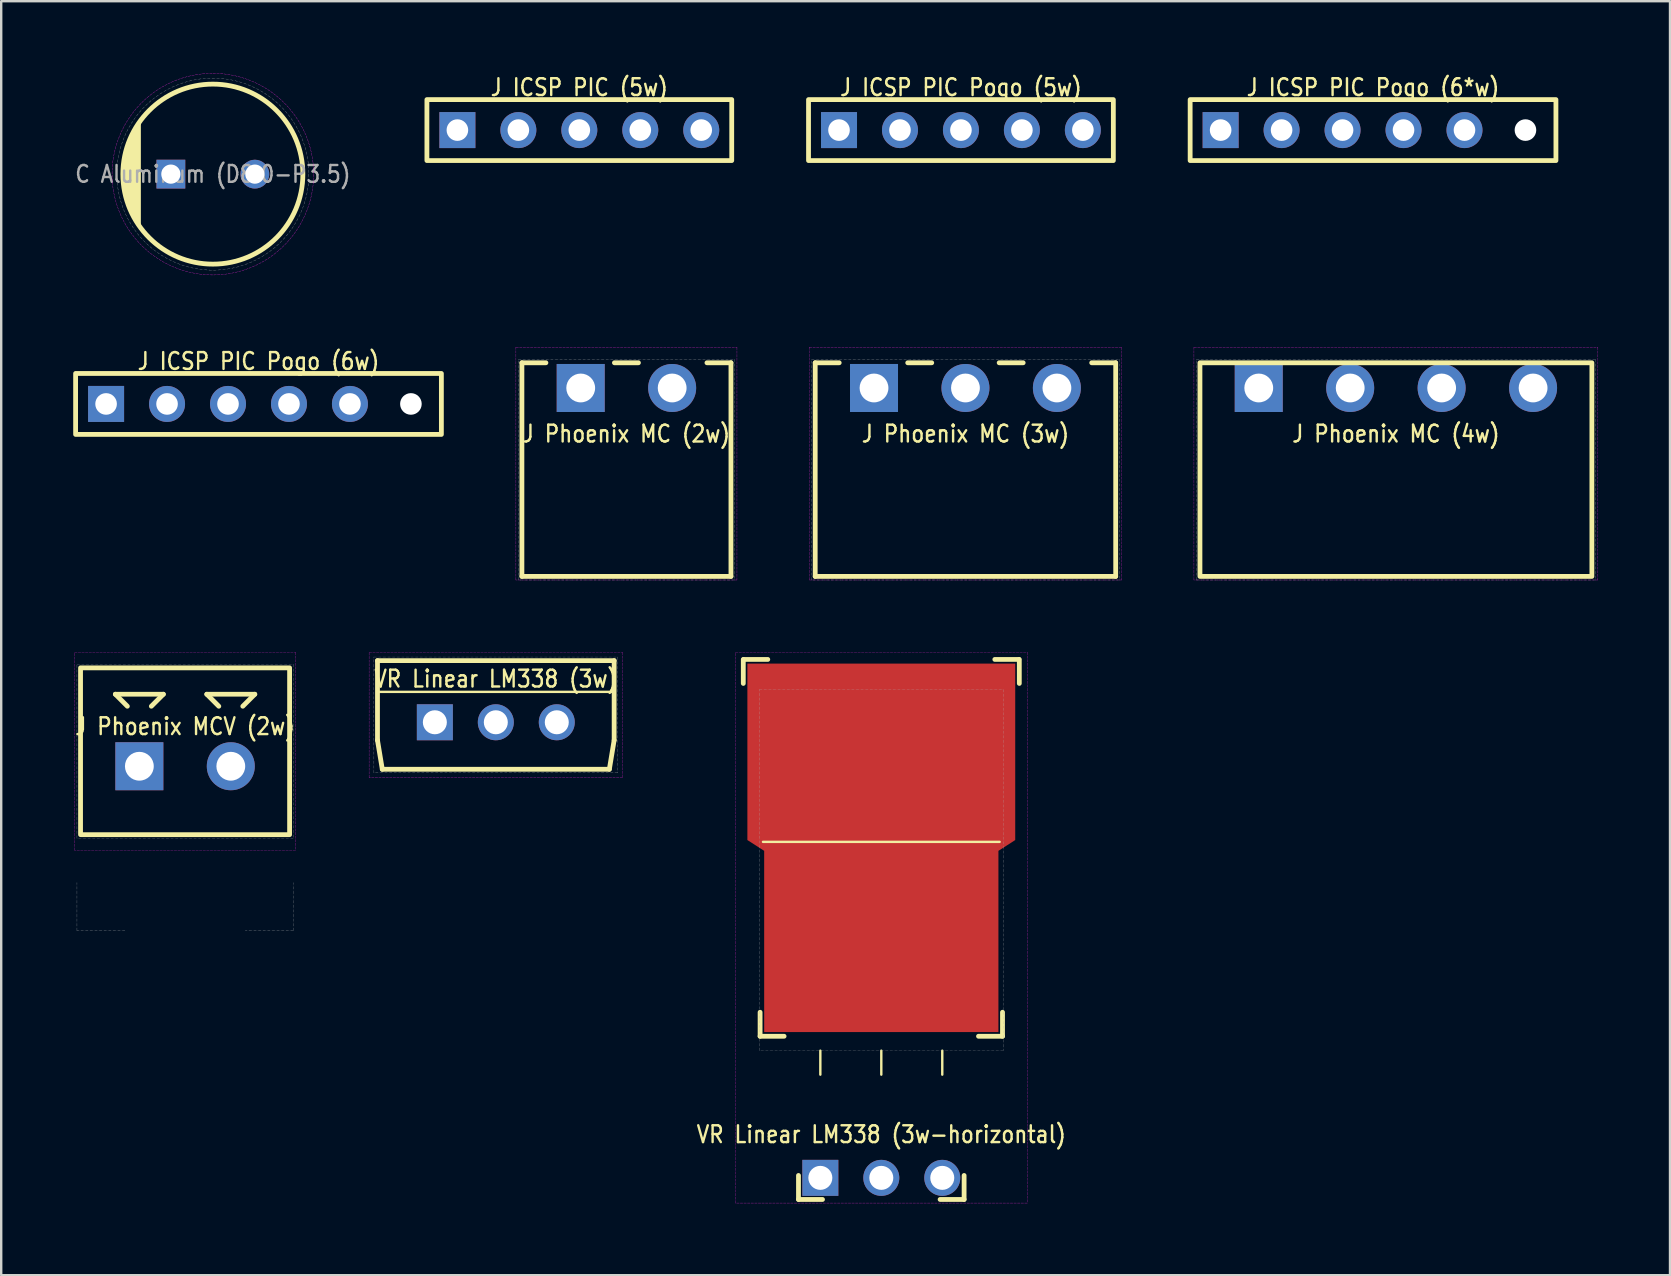
<source format=kicad_pcb>
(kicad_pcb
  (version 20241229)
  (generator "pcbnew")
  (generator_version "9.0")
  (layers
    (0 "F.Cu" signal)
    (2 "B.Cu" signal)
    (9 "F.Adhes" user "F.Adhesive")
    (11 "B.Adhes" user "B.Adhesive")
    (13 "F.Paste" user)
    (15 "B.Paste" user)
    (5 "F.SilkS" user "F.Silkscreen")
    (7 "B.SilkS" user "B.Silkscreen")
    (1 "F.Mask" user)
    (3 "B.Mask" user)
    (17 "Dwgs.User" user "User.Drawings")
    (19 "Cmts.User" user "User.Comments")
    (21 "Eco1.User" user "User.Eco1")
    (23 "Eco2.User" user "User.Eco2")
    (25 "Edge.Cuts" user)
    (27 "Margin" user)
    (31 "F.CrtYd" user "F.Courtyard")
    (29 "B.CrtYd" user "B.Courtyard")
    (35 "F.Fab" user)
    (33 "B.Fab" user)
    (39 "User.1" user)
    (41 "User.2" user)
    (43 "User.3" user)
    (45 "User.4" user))
  (footprint "VR Linear LM338 (3w)"
    (layer "F.Cu")
    (at 17.608 27.043)
    (property "Reference" "VR Linear LM338 (3w)" (at 0 -1.4 0) (unlocked yes) (layer "F.SilkS") (effects (font (size 0.7 0.6) (thickness 0.1)) (justify bottom)))
    (attr through_hole)
    (fp_line (start -4.93 -2.568) (end -4.93 0.75) (stroke (width 0.2) (type default)) (layer "F.SilkS"))
    (fp_line (start -4.93 0.75) (end -4.73 1.958) (stroke (width 0.2) (type default)) (layer "F.SilkS"))
    (fp_line (start 4.73 1.958) (end -4.73 1.958) (stroke (width 0.2) (type default)) (layer "F.SilkS"))
    (fp_line (start 4.93 -2.568) (end -4.93 -2.568) (stroke (width 0.2) (type default)) (layer "F.SilkS"))
    (fp_line (start 4.93 -2.568) (end 4.93 0.75) (stroke (width 0.2) (type default)) (layer "F.SilkS"))
    (fp_line (start 4.93 -1.268) (end -4.93 -1.268) (stroke (width 0.1) (type default)) (layer "F.SilkS"))
    (fp_line (start 4.93 0.75) (end 4.73 1.958) (stroke (width 0.2) (type default)) (layer "F.SilkS"))
    (fp_rect (start -5.28 -2.918) (end 5.28 2.308) (stroke (width 0.01) (type dash)) (fill no) (layer "F.CrtYd"))
    (fp_rect (start -5.08 -2.718) (end 5.08 2.108) (stroke (width 0.01) (type dash_dot)) (fill no) (layer "F.Fab"))
    (fp_text user "+Vin" (at -2.54 -1 0) (unlocked yes) (layer "User.7") (effects (font (size 0.13 0.07) (thickness 0.014) (bold yes)) (justify top)))
    (fp_text user "ADJ" (at 0 -1 0) (unlocked yes) (layer "User.7") (effects (font (size 0.13 0.07) (thickness 0.014) (bold yes)) (justify top)))
    (fp_text user "+Vout" (at 2.54 -1 0) (unlocked yes) (layer "User.7") (effects (font (size 0.13 0.07) (thickness 0.014) (bold yes)) (justify top)))
    (pad "1" thru_hole rect (at -2.54 0) (size 1.5 1.5) (drill 1) (layers "*.Cu" "F.Mask"))
    (pad "2" thru_hole circle (at 0 0) (size 1.5 1.5) (drill 1) (layers "*.Cu" "F.Mask"))
    (pad "3" thru_hole circle (at 2.54 0) (size 1.5 1.5) (drill 1) (layers "*.Cu" "F.Mask")))
  (footprint "J ICSP PIC Pogo (6*w)"
    (layer "F.Cu")
    (at 54.157 2.37)
    (property "Reference" "J ICSP PIC Pogo (6*w)" (at 0 -1.37 0) (unlocked yes) (layer "F.SilkS") (effects (font (size 0.7 0.6) (thickness 0.1)) (justify bottom)))
    (attr smd)
    (fp_rect (start -7.62 -1.27) (end 7.62 1.27) (stroke (width 0.2) (type default)) (fill no) (layer "F.SilkS"))
    (fp_text user "PGC" (at 1.27 -1.07 0) (unlocked yes) (layer "User.7") (effects (font (size 0.13 0.07) (thickness 0.01)) (justify top)))
    (fp_text user "GND" (at -1.27 -1.07 0) (unlocked yes) (layer "User.7") (effects (font (size 0.13 0.07) (thickness 0.014) (bold yes)) (justify top)))
    (fp_text user "Vdd" (at -3.81 -1.07 0) (unlocked yes) (layer "User.7") (effects (font (size 0.13 0.07) (thickness 0.014) (bold yes)) (justify top)))
    (fp_text user "PGD" (at 3.81 -1.07 0) (unlocked yes) (layer "User.7") (effects (font (size 0.13 0.07) (thickness 0.01)) (justify top)))
    (fp_text user "Vpp" (at -6.35 -1.07 0) (unlocked yes) (layer "User.7") (effects (font (size 0.13 0.07) (thickness 0.014) (bold yes)) (justify top)))
    (pad "" np_thru_hole circle (at 6.35 0) (size 0.9 0.9) (drill 0.9) (layers "*.Cu" "*.Mask"))
    (pad "1" thru_hole rect (at -6.35 0) (size 1.5 1.5) (drill 0.9) (layers "*.Cu" "F.Mask"))
    (pad "2" thru_hole circle (at -3.81 0) (size 1.5 1.5) (drill 0.9) (layers "*.Cu" "F.Mask"))
    (pad "3" thru_hole circle (at -1.27 0) (size 1.5 1.5) (drill 0.9) (layers "*.Cu" "F.Mask"))
    (pad "4" thru_hole circle (at 1.27 0) (size 1.5 1.5) (drill 0.9) (layers "*.Cu" "F.Mask"))
    (pad "5" thru_hole circle (at 3.81 0) (size 1.5 1.5) (drill 0.9) (layers "*.Cu" "F.Mask")))
  (footprint "J ICSP PIC (5w)"
    (layer "F.Cu")
    (at 21.087 2.37)
    (property "Reference" "J ICSP PIC (5w)" (at 0 -1.37 0) (unlocked yes) (layer "F.SilkS") (effects (font (size 0.7 0.6) (thickness 0.1)) (justify bottom)))
    (attr smd)
    (fp_rect (start -6.35 -1.27) (end 6.35 1.27) (stroke (width 0.2) (type default)) (fill no) (layer "F.SilkS"))
    (fp_text user "Vpp" (at -5.08 -1.07 0) (unlocked yes) (layer "User.7") (effects (font (size 0.13 0.07) (thickness 0.014) (bold yes)) (justify top)))
    (fp_text user "Vdd" (at -2.54 -1.07 0) (unlocked yes) (layer "User.7") (effects (font (size 0.13 0.07) (thickness 0.014) (bold yes)) (justify top)))
    (fp_text user "PGD" (at 5.08 -1.07 0) (unlocked yes) (layer "User.7") (effects (font (size 0.13 0.07) (thickness 0.01)) (justify top)))
    (fp_text user "PGC" (at 2.54 -1.07 0) (unlocked yes) (layer "User.7") (effects (font (size 0.13 0.07) (thickness 0.01)) (justify top)))
    (fp_text user "GND" (at 0 -1.07 0) (unlocked yes) (layer "User.7") (effects (font (size 0.13 0.07) (thickness 0.014) (bold yes)) (justify top)))
    (pad "1" thru_hole rect (at -5.08 0) (size 1.5 1.5) (drill 0.9) (layers "*.Cu" "*.Mask"))
    (pad "2" thru_hole circle (at -2.54 0) (size 1.5 1.5) (drill 0.9) (layers "*.Cu" "*.Mask"))
    (pad "3" thru_hole circle (at 0 0) (size 1.5 1.5) (drill 0.9) (layers "*.Cu" "*.Mask"))
    (pad "4" thru_hole circle (at 2.54 0) (size 1.5 1.5) (drill 0.9) (layers "*.Cu" "*.Mask"))
    (pad "5" thru_hole circle (at 5.08 0) (size 1.5 1.5) (drill 0.9) (layers "*.Cu" "*.Mask")))
  (footprint "J Phoenix MC (2w)"
    (layer "F.Cu")
    (at 23.05 13.115)
    (property "Reference" "J Phoenix MC (2w)" (at 0 1.5 0) (unlocked yes) (layer "F.SilkS") (effects (font (size 0.7 0.6) (thickness 0.1)) (justify top)))
    (attr through_hole)
    (fp_line (start -4.355 -1.05) (end -4.355 7.85) (stroke (width 0.2) (type default)) (layer "F.SilkS"))
    (fp_line (start -4.355 -1.05) (end -3.355 -1.05) (stroke (width 0.2) (type default)) (layer "F.SilkS"))
    (fp_line (start -4.355 7.85) (end 4.355 7.85) (stroke (width 0.2) (type default)) (layer "F.SilkS"))
    (fp_line (start 0.5 -1.05) (end -0.5 -1.05) (stroke (width 0.2) (type default)) (layer "F.SilkS"))
    (fp_line (start 4.355 -1.05) (end 3.355 -1.05) (stroke (width 0.2) (type default)) (layer "F.SilkS"))
    (fp_line (start 4.355 7.85) (end 4.355 -1.05) (stroke (width 0.2) (type default)) (layer "F.SilkS"))
    (fp_rect (start -4.605 -1.7) (end 4.605 8) (stroke (width 0.01) (type dash)) (fill no) (layer "F.CrtYd"))
    (fp_rect (start -4.505 -1.2) (end 4.505 8) (stroke (width 0.01) (type dash_dot)) (fill no) (layer "F.Fab"))
    (pad "1" thru_hole rect (at -1.905 0) (size 2 2) (drill 1.2) (layers "*.Cu" "F.Mask"))
    (pad "2" thru_hole circle (at 1.905 0) (size 2 2) (drill 1.2) (layers "*.Cu" "F.Mask")))
  (footprint "J ICSP PIC Pogo (5w)"
    (layer "F.Cu")
    (at 36.987 2.37)
    (property "Reference" "J ICSP PIC Pogo (5w)" (at 0 -1.37 0) (unlocked yes) (layer "F.SilkS") (effects (font (size 0.7 0.6) (thickness 0.1)) (justify bottom)))
    (attr smd)
    (fp_rect (start -6.35 -1.27) (end 6.35 1.27) (stroke (width 0.2) (type default)) (fill no) (layer "F.SilkS"))
    (fp_text user "PGC" (at 2.54 -1.07 0) (unlocked yes) (layer "User.7") (effects (font (size 0.13 0.07) (thickness 0.01)) (justify top)))
    (fp_text user "Vdd" (at -2.54 -1.07 0) (unlocked yes) (layer "User.7") (effects (font (size 0.13 0.07) (thickness 0.014) (bold yes)) (justify top)))
    (fp_text user "PGD" (at 5.08 -1.07 0) (unlocked yes) (layer "User.7") (effects (font (size 0.13 0.07) (thickness 0.01)) (justify top)))
    (fp_text user "Vpp" (at -5.08 -1.07 0) (unlocked yes) (layer "User.7") (effects (font (size 0.13 0.07) (thickness 0.014) (bold yes)) (justify top)))
    (fp_text user "GND" (at 0 -1.07 0) (unlocked yes) (layer "User.7") (effects (font (size 0.13 0.07) (thickness 0.014) (bold yes)) (justify top)))
    (pad "1" thru_hole rect (at -5.08 0) (size 1.5 1.5) (drill 0.9) (layers "*.Cu" "F.Mask"))
    (pad "2" thru_hole circle (at -2.54 0) (size 1.5 1.5) (drill 0.9) (layers "*.Cu" "F.Mask"))
    (pad "3" thru_hole circle (at 0 0) (size 1.5 1.5) (drill 0.9) (layers "*.Cu" "F.Mask"))
    (pad "4" thru_hole circle (at 2.54 0) (size 1.5 1.5) (drill 0.9) (layers "*.Cu" "F.Mask"))
    (pad "5" thru_hole circle (at 5.08 0) (size 1.5 1.5) (drill 0.9) (layers "*.Cu" "F.Mask")))
  (footprint "C Aluminum (D8.0-P3.5)"
    (layer "F.Cu")
    (at 5.819 4.205)
    (property "Reference" "C Aluminum (D8.0-P3.5)" (at 0 0 0) (unlocked yes) (layer "F.Fab") (effects (font (size 0.7 0.6) (thickness 0.1))))
    (attr through_hole)
    (fp_circle (center 0 0) (end 3.75 0) (stroke (width 0.2) (type default)) (fill no) (layer "F.SilkS"))
    (fp_poly (pts (xy -3 -2.2) (xy -3.5 -1.3) (xy -3.75 0) (xy -3.5 1.4) (xy -3 2.2)) (stroke (width 0) (type solid)) (fill yes) (layer "F.SilkS"))
    (fp_circle (center 0 0) (end 4.2 0) (stroke (width 0.01) (type dash)) (fill no) (layer "F.CrtYd"))
    (fp_circle (center 0 0) (end 4 0) (stroke (width 0.01) (type dash_dot)) (fill no) (layer "F.Fab"))
    (fp_text user "+" (at 1.75 -0.7 0) (unlocked yes) (layer "User.7") (effects (font (size 0.13 0.07) (thickness 0.014) (bold yes)) (justify bottom)))
    (fp_text user "-" (at -1.75 -0.7 0) (unlocked yes) (layer "User.7") (effects (font (size 0.13 0.07) (thickness 0.014) (bold yes)) (justify bottom)))
    (pad "1" thru_hole rect (at -1.75 0) (size 1.2 1.2) (drill 0.8) (layers "*.Cu" "F.Mask"))
    (pad "2" thru_hole circle (at 1.75 0) (size 1.2 1.2) (drill 0.8) (layers "*.Cu" "F.Mask")))
  (footprint "J ICSP PIC Pogo (6w)"
    (layer "F.Cu")
    (at 7.72 13.78)
    (property "Reference" "J ICSP PIC Pogo (6w)" (at 0 -1.37 0) (unlocked yes) (layer "F.SilkS") (effects (font (size 0.7 0.6) (thickness 0.1)) (justify bottom)))
    (attr smd)
    (fp_rect (start -7.62 -1.27) (end 7.62 1.27) (stroke (width 0.2) (type default)) (fill no) (layer "F.SilkS"))
    (fp_text user "Vdd" (at -3.81 -1.07 0) (unlocked yes) (layer "User.7") (effects (font (size 0.13 0.07) (thickness 0.014) (bold yes)) (justify top)))
    (fp_text user "GND" (at -1.27 -1.07 0) (unlocked yes) (layer "User.7") (effects (font (size 0.13 0.07) (thickness 0.014) (bold yes)) (justify top)))
    (fp_text user "PGD" (at 3.81 -1.07 0) (unlocked yes) (layer "User.7") (effects (font (size 0.13 0.07) (thickness 0.01)) (justify top)))
    (fp_text user "Vpp" (at -6.35 -1.07 0) (unlocked yes) (layer "User.7") (effects (font (size 0.13 0.07) (thickness 0.014) (bold yes)) (justify top)))
    (fp_text user "PGC" (at 1.27 -1.07 0) (unlocked yes) (layer "User.7") (effects (font (size 0.13 0.07) (thickness 0.01)) (justify top)))
    (pad "" np_thru_hole circle (at 6.35 0) (size 0.9 0.9) (drill 0.9) (layers "*.Cu" "*.Mask"))
    (pad "1" thru_hole rect (at -6.35 0) (size 1.5 1.5) (drill 0.9) (layers "*.Cu" "*.Mask"))
    (pad "2" thru_hole circle (at -3.81 0) (size 1.5 1.5) (drill 0.9) (layers "*.Cu" "*.Mask"))
    (pad "3" thru_hole circle (at -1.27 0) (size 1.5 1.5) (drill 0.9) (layers "*.Cu" "*.Mask"))
    (pad "4" thru_hole circle (at 1.27 0) (size 1.5 1.5) (drill 0.9) (layers "*.Cu" "*.Mask"))
    (pad "5" thru_hole circle (at 3.81 0) (size 1.5 1.5) (drill 0.9) (layers "*.Cu" "*.Mask")))
  (footprint "J Phoenix MCV (2w)"
    (layer "F.Cu")
    (at 4.661 28.875)
    (property "Reference" "J Phoenix MCV (2w)" (at 0 -1.25 0) (unlocked yes) (layer "F.SilkS") (effects (font (size 0.7 0.6) (thickness 0.1)) (justify bottom)))
    (attr through_hole)
    (fp_line (start -2.905 -3) (end -2.405 -2.5) (stroke (width 0.2) (type solid)) (layer "F.SilkS"))
    (fp_line (start -2.905 -3) (end -0.905 -3) (stroke (width 0.2) (type solid)) (layer "F.SilkS"))
    (fp_line (start -0.905 -3) (end -1.405 -2.5) (stroke (width 0.2) (type solid)) (layer "F.SilkS"))
    (fp_line (start 0.905 -3) (end 1.405 -2.5) (stroke (width 0.2) (type solid)) (layer "F.SilkS"))
    (fp_line (start 0.905 -3) (end 2.905 -3) (stroke (width 0.2) (type solid)) (layer "F.SilkS"))
    (fp_line (start 2.905 -3) (end 2.405 -2.5) (stroke (width 0.2) (type solid)) (layer "F.SilkS"))
    (fp_rect (start -4.355 -4.1) (end 4.355 2.85) (stroke (width 0.2) (type default)) (fill no) (layer "F.SilkS"))
    (fp_rect (start -4.605 -4.75) (end 4.605 3.5) (stroke (width 0.01) (type dash)) (fill no) (layer "F.CrtYd"))
    (fp_line (start -4.505 6.85) (end -4.505 4.85) (stroke (width 0.01) (type dash_dot)) (layer "F.Fab"))
    (fp_line (start -2.505 6.85) (end -4.505 6.85) (stroke (width 0.01) (type dash_dot)) (layer "F.Fab"))
    (fp_line (start 4.505 6.85) (end 2.505 6.85) (stroke (width 0.01) (type dash_dot)) (layer "F.Fab"))
    (fp_line (start 4.505 6.85) (end 4.505 4.85) (stroke (width 0.01) (type dash_dot)) (layer "F.Fab"))
    (fp_rect (start -4.505 -4.25) (end 4.505 3) (stroke (width 0.01) (type dash_dot)) (fill no) (layer "F.Fab"))
    (pad "1" thru_hole rect (at -1.905 0) (size 2 2) (drill 1.2) (layers "*.Cu" "F.Mask"))
    (pad "2" thru_hole circle (at 1.905 0) (size 2 2) (drill 1.2) (layers "*.Cu" "F.Mask")))
  (footprint "J Phoenix MC (3w)"
    (layer "F.Cu")
    (at 37.175 13.115)
    (property "Reference" "J Phoenix MC (3w)" (at 0 1.5 0) (unlocked yes) (layer "F.SilkS") (effects (font (size 0.7 0.6) (thickness 0.1)) (justify top)))
    (attr through_hole)
    (fp_line (start -6.26 -1.05) (end -6.26 7.85) (stroke (width 0.2) (type default)) (layer "F.SilkS"))
    (fp_line (start -6.26 -1.05) (end -5.26 -1.05) (stroke (width 0.2) (type default)) (layer "F.SilkS"))
    (fp_line (start -6.26 7.85) (end 6.26 7.85) (stroke (width 0.2) (type default)) (layer "F.SilkS"))
    (fp_line (start -2.405 -1.05) (end -1.405 -1.05) (stroke (width 0.2) (type default)) (layer "F.SilkS"))
    (fp_line (start 1.405 -1.05) (end 2.405 -1.05) (stroke (width 0.2) (type default)) (layer "F.SilkS"))
    (fp_line (start 6.26 -1.05) (end 5.26 -1.05) (stroke (width 0.2) (type default)) (layer "F.SilkS"))
    (fp_line (start 6.26 7.85) (end 6.26 -1.05) (stroke (width 0.2) (type default)) (layer "F.SilkS"))
    (fp_rect (start -6.51 -1.7) (end 6.51 8) (stroke (width 0.01) (type dash)) (fill no) (layer "F.CrtYd"))
    (fp_rect (start -6.41 -1.2) (end 6.41 8) (stroke (width 0.01) (type dash_dot)) (fill no) (layer "F.Fab"))
    (pad "1" thru_hole rect (at -3.81 0) (size 2 2) (drill 1.2) (layers "*.Cu" "F.Mask"))
    (pad "2" thru_hole circle (at 0 0) (size 2 2) (drill 1.2) (layers "*.Cu" "F.Mask"))
    (pad "3" thru_hole circle (at 3.81 0) (size 2 2) (drill 1.2) (layers "*.Cu" "F.Mask")))
  (footprint "VR Linear LM338 (3w-horizontal)"
    (layer "F.Cu")
    (at 33.669 46.025)
    (property "Reference" "VR Linear LM338 (3w-horizontal)" (at 0 -1.4 0) (unlocked yes) (layer "F.SilkS") (effects (font (size 0.7 0.6) (thickness 0.1)) (justify bottom)))
    (attr through_hole)
    (fp_line (start -5.75 -21.6) (end -5.75 -20.6) (stroke (width 0.2) (type default)) (layer "F.SilkS"))
    (fp_line (start -5.05 -6.9) (end -5.05 -5.9) (stroke (width 0.2) (type default)) (layer "F.SilkS"))
    (fp_line (start -4.73 -21.6) (end -5.73 -21.6) (stroke (width 0.2) (type default)) (layer "F.SilkS"))
    (fp_line (start -4.05 -5.9) (end -5.05 -5.9) (stroke (width 0.2) (type default)) (layer "F.SilkS"))
    (fp_line (start -3.45 -0.1) (end -3.45 0.9) (stroke (width 0.2) (type default)) (layer "F.SilkS"))
    (fp_line (start -2.54 -4.3) (end -2.54 -5.3) (stroke (width 0.1) (type default)) (layer "F.SilkS"))
    (fp_line (start -2.45 0.9) (end -3.45 0.9) (stroke (width 0.2) (type default)) (layer "F.SilkS"))
    (fp_line (start 0 -4.3) (end 0 -5.3) (stroke (width 0.1) (type default)) (layer "F.SilkS"))
    (fp_line (start 2.45 0.9) (end 3.45 0.9) (stroke (width 0.2) (type default)) (layer "F.SilkS"))
    (fp_line (start 2.54 -4.3) (end 2.54 -5.3) (stroke (width 0.1) (type default)) (layer "F.SilkS"))
    (fp_line (start 3.45 -0.1) (end 3.45 0.9) (stroke (width 0.2) (type default)) (layer "F.SilkS"))
    (fp_line (start 4.05 -5.9) (end 5.05 -5.9) (stroke (width 0.2) (type default)) (layer "F.SilkS"))
    (fp_line (start 4.73 -21.6) (end 5.73 -21.6) (stroke (width 0.2) (type default)) (layer "F.SilkS"))
    (fp_line (start 4.93 -14) (end -4.93 -14) (stroke (width 0.1) (type default)) (layer "F.SilkS"))
    (fp_line (start 5.05 -6.9) (end 5.05 -5.9) (stroke (width 0.2) (type default)) (layer "F.SilkS"))
    (fp_line (start 5.75 -21.6) (end 5.75 -20.6) (stroke (width 0.2) (type default)) (layer "F.SilkS"))
    (fp_rect (start -6.08 -21.9) (end 6.08 1.05) (stroke (width 0.01) (type dash)) (fill no) (layer "F.CrtYd"))
    (fp_rect (start -5.08 -20.35) (end 5.08 -5.301) (stroke (width 0.01) (type dash_dot)) (fill no) (layer "F.Fab"))
    (fp_text user "ADJ" (at 0 -1 0) (unlocked yes) (layer "User.7") (effects (font (size 0.13 0.07) (thickness 0.014) (bold yes)) (justify top)))
    (fp_text user "+Vin" (at -2.54 -1 0) (unlocked yes) (layer "User.7") (effects (font (size 0.13 0.07) (thickness 0.014) (bold yes)) (justify top)))
    (fp_text user "+Vout" (at 2.54 -1 0) (unlocked yes) (layer "User.7") (effects (font (size 0.13 0.07) (thickness 0.014) (bold yes)) (justify top)))
    (pad "1" thru_hole rect (at -2.54 0) (size 1.5 1.5) (drill 1) (layers "*.Cu" "F.Mask"))
    (pad "2" thru_hole circle (at 0 0) (size 1.5 1.5) (drill 1) (layers "*.Cu" "F.Mask"))
    (pad "3" thru_hole circle (at 2.54 0) (size 1.5 1.5) (drill 1) (layers "*.Cu" "F.Mask"))
    (pad "4" smd custom (at 0 -17.75) (size 11.16 7.35) (layers "F.Cu" "F.Mask" "F.Paste") (options (anchor rect)) (primitives (gr_poly (pts (xy -5.58 3.675) (xy 5.58 3.675) (xy 4.88 4.125) (xy 4.88 11.675) (xy -4.88 11.675) (xy -4.88 4.125)) (width 0) (fill yes)))))
  (footprint "J Phoenix MC (4w)"
    (layer "F.Cu")
    (at 55.11 13.115)
    (property "Reference" "J Phoenix MC (4w)" (at 0 1.5 0) (unlocked yes) (layer "F.SilkS") (effects (font (size 0.7 0.6) (thickness 0.1)) (justify top)))
    (attr through_hole)
    (fp_rect (start -8.165 -1.05) (end 8.165 7.85) (stroke (width 0.2) (type default)) (fill no) (layer "F.SilkS"))
    (fp_rect (start -8.415 -1.7) (end 8.415 8) (stroke (width 0.01) (type dash)) (fill no) (layer "F.CrtYd"))
    (fp_rect (start -8.315 -1.2) (end 8.315 8) (stroke (width 0.01) (type dash_dot)) (fill no) (layer "F.Fab"))
    (pad "1" thru_hole rect (at -5.715 0) (size 2 2) (drill 1.2) (layers "*.Cu" "F.Mask"))
    (pad "2" thru_hole circle (at -1.905 0) (size 2 2) (drill 1.2) (layers "*.Cu" "F.Mask"))
    (pad "3" thru_hole circle (at 1.905 0) (size 2 2) (drill 1.2) (layers "*.Cu" "F.Mask"))
    (pad "4" thru_hole circle (at 5.715 0) (size 2 2) (drill 1.2) (layers "*.Cu" "F.Mask")))
  (gr_rect
    (start -3 -3)
    (end 66.53 50.08)
    (stroke (width 0.1) (type default))
    (fill no)
    (layer "Edge.Cuts")))
</source>
